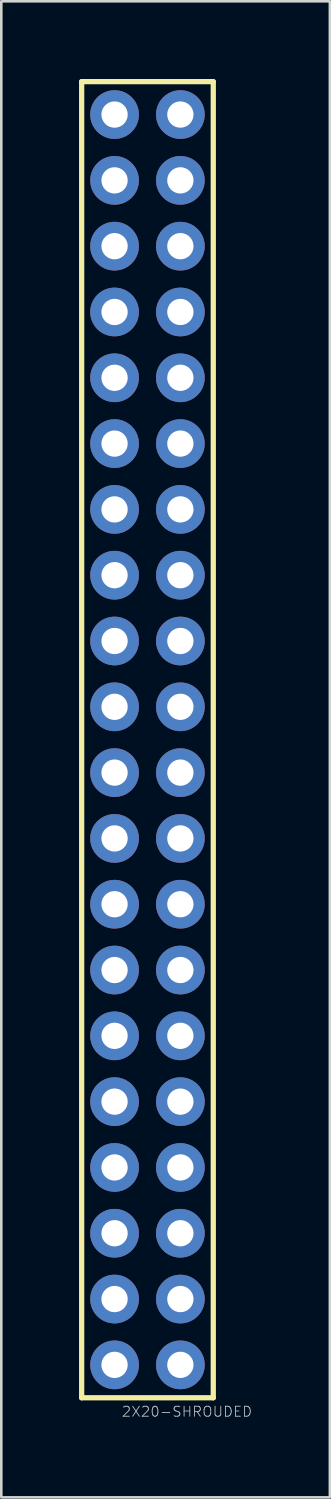
<source format=kicad_pcb>
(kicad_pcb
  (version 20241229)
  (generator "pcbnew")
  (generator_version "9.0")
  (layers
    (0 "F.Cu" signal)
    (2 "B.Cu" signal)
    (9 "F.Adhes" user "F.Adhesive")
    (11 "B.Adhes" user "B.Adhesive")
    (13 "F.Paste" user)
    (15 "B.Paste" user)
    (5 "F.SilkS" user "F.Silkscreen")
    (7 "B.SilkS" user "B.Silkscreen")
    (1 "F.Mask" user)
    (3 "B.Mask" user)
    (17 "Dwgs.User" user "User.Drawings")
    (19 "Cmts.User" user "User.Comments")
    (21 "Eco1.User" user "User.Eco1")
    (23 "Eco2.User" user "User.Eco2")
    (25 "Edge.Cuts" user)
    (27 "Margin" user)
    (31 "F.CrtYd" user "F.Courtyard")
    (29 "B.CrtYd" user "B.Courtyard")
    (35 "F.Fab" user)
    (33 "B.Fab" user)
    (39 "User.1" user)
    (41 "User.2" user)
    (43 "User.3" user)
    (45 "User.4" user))
  (footprint "2X20-SHROUDED"
    (layer "F.Cu")
    (at 2.642 25.502)
    (property "Reference" "2X20-SHROUDED" (at -1.016 26.162 0) (layer "Dwgs.User") (effects (font (size 0.386 0.386) (thickness 0.033)) (justify left bottom)))
    (attr through_hole)
    (fp_line (start -2.54 -25.4) (end -2.54 25.4) (stroke (width 0.203) (type solid)) (layer "F.SilkS"))
    (fp_line (start -2.54 25.4) (end 2.54 25.4) (stroke (width 0.203) (type solid)) (layer "F.SilkS"))
    (fp_line (start 2.54 -25.4) (end -2.54 -25.4) (stroke (width 0.203) (type solid)) (layer "F.SilkS"))
    (fp_line (start 2.54 25.4) (end 2.54 -25.4) (stroke (width 0.203) (type solid)) (layer "F.SilkS"))
    (fp_poly (pts (xy -1.524 -23.876) (xy -1.016 -23.876) (xy -1.016 -24.384) (xy -1.524 -24.384)) (stroke (width 0.1) (type solid)) (fill no) (layer "F.Fab"))
    (fp_poly (pts (xy -1.524 -21.336) (xy -1.016 -21.336) (xy -1.016 -21.844) (xy -1.524 -21.844)) (stroke (width 0.1) (type solid)) (fill no) (layer "F.Fab"))
    (fp_poly (pts (xy -1.524 -18.796) (xy -1.016 -18.796) (xy -1.016 -19.304) (xy -1.524 -19.304)) (stroke (width 0.1) (type solid)) (fill no) (layer "F.Fab"))
    (fp_poly (pts (xy -1.524 -16.256) (xy -1.016 -16.256) (xy -1.016 -16.764) (xy -1.524 -16.764)) (stroke (width 0.1) (type solid)) (fill no) (layer "F.Fab"))
    (fp_poly (pts (xy -1.524 -16.256) (xy -1.016 -16.256) (xy -1.016 -16.764) (xy -1.524 -16.764)) (stroke (width 0.1) (type solid)) (fill no) (layer "F.Fab"))
    (fp_poly (pts (xy -1.524 -13.716) (xy -1.016 -13.716) (xy -1.016 -14.224) (xy -1.524 -14.224)) (stroke (width 0.1) (type solid)) (fill no) (layer "F.Fab"))
    (fp_poly (pts (xy -1.524 -11.176) (xy -1.016 -11.176) (xy -1.016 -11.684) (xy -1.524 -11.684)) (stroke (width 0.1) (type solid)) (fill no) (layer "F.Fab"))
    (fp_poly (pts (xy -1.524 -8.636) (xy -1.016 -8.636) (xy -1.016 -9.144) (xy -1.524 -9.144)) (stroke (width 0.1) (type solid)) (fill no) (layer "F.Fab"))
    (fp_poly (pts (xy -1.524 -6.096) (xy -1.016 -6.096) (xy -1.016 -6.604) (xy -1.524 -6.604)) (stroke (width 0.1) (type solid)) (fill no) (layer "F.Fab"))
    (fp_poly (pts (xy -1.524 -3.556) (xy -1.016 -3.556) (xy -1.016 -4.064) (xy -1.524 -4.064)) (stroke (width 0.1) (type solid)) (fill no) (layer "F.Fab"))
    (fp_poly (pts (xy -1.524 -3.556) (xy -1.016 -3.556) (xy -1.016 -4.064) (xy -1.524 -4.064)) (stroke (width 0.1) (type solid)) (fill no) (layer "F.Fab"))
    (fp_poly (pts (xy -1.524 -1.016) (xy -1.016 -1.016) (xy -1.016 -1.524) (xy -1.524 -1.524)) (stroke (width 0.1) (type solid)) (fill no) (layer "F.Fab"))
    (fp_poly (pts (xy -1.524 1.524) (xy -1.016 1.524) (xy -1.016 1.016) (xy -1.524 1.016)) (stroke (width 0.1) (type solid)) (fill no) (layer "F.Fab"))
    (fp_poly (pts (xy -1.524 4.064) (xy -1.016 4.064) (xy -1.016 3.556) (xy -1.524 3.556)) (stroke (width 0.1) (type solid)) (fill no) (layer "F.Fab"))
    (fp_poly (pts (xy -1.524 4.064) (xy -1.016 4.064) (xy -1.016 3.556) (xy -1.524 3.556)) (stroke (width 0.1) (type solid)) (fill no) (layer "F.Fab"))
    (fp_poly (pts (xy -1.524 6.604) (xy -1.016 6.604) (xy -1.016 6.096) (xy -1.524 6.096)) (stroke (width 0.1) (type solid)) (fill no) (layer "F.Fab"))
    (fp_poly (pts (xy -1.524 9.144) (xy -1.016 9.144) (xy -1.016 8.636) (xy -1.524 8.636)) (stroke (width 0.1) (type solid)) (fill no) (layer "F.Fab"))
    (fp_poly (pts (xy -1.524 11.684) (xy -1.016 11.684) (xy -1.016 11.176) (xy -1.524 11.176)) (stroke (width 0.1) (type solid)) (fill no) (layer "F.Fab"))
    (fp_poly (pts (xy -1.524 14.224) (xy -1.016 14.224) (xy -1.016 13.716) (xy -1.524 13.716)) (stroke (width 0.1) (type solid)) (fill no) (layer "F.Fab"))
    (fp_poly (pts (xy -1.524 16.764) (xy -1.016 16.764) (xy -1.016 16.256) (xy -1.524 16.256)) (stroke (width 0.1) (type solid)) (fill no) (layer "F.Fab"))
    (fp_poly (pts (xy -1.524 19.304) (xy -1.016 19.304) (xy -1.016 18.796) (xy -1.524 18.796)) (stroke (width 0.1) (type solid)) (fill no) (layer "F.Fab"))
    (fp_poly (pts (xy -1.524 21.844) (xy -1.016 21.844) (xy -1.016 21.336) (xy -1.524 21.336)) (stroke (width 0.1) (type solid)) (fill no) (layer "F.Fab"))
    (fp_poly (pts (xy -1.524 24.384) (xy -1.016 24.384) (xy -1.016 23.876) (xy -1.524 23.876)) (stroke (width 0.1) (type solid)) (fill no) (layer "F.Fab"))
    (fp_poly (pts (xy 1.016 -23.876) (xy 1.524 -23.876) (xy 1.524 -24.384) (xy 1.016 -24.384)) (stroke (width 0.1) (type solid)) (fill no) (layer "F.Fab"))
    (fp_poly (pts (xy 1.016 -21.336) (xy 1.524 -21.336) (xy 1.524 -21.844) (xy 1.016 -21.844)) (stroke (width 0.1) (type solid)) (fill no) (layer "F.Fab"))
    (fp_poly (pts (xy 1.016 -18.796) (xy 1.524 -18.796) (xy 1.524 -19.304) (xy 1.016 -19.304)) (stroke (width 0.1) (type solid)) (fill no) (layer "F.Fab"))
    (fp_poly (pts (xy 1.016 -16.256) (xy 1.524 -16.256) (xy 1.524 -16.764) (xy 1.016 -16.764)) (stroke (width 0.1) (type solid)) (fill no) (layer "F.Fab"))
    (fp_poly (pts (xy 1.016 -16.256) (xy 1.524 -16.256) (xy 1.524 -16.764) (xy 1.016 -16.764)) (stroke (width 0.1) (type solid)) (fill no) (layer "F.Fab"))
    (fp_poly (pts (xy 1.016 -13.716) (xy 1.524 -13.716) (xy 1.524 -14.224) (xy 1.016 -14.224)) (stroke (width 0.1) (type solid)) (fill no) (layer "F.Fab"))
    (fp_poly (pts (xy 1.016 -11.176) (xy 1.524 -11.176) (xy 1.524 -11.684) (xy 1.016 -11.684)) (stroke (width 0.1) (type solid)) (fill no) (layer "F.Fab"))
    (fp_poly (pts (xy 1.016 -8.636) (xy 1.524 -8.636) (xy 1.524 -9.144) (xy 1.016 -9.144)) (stroke (width 0.1) (type solid)) (fill no) (layer "F.Fab"))
    (fp_poly (pts (xy 1.016 -6.096) (xy 1.524 -6.096) (xy 1.524 -6.604) (xy 1.016 -6.604)) (stroke (width 0.1) (type solid)) (fill no) (layer "F.Fab"))
    (fp_poly (pts (xy 1.016 -3.556) (xy 1.524 -3.556) (xy 1.524 -4.064) (xy 1.016 -4.064)) (stroke (width 0.1) (type solid)) (fill no) (layer "F.Fab"))
    (fp_poly (pts (xy 1.016 -3.556) (xy 1.524 -3.556) (xy 1.524 -4.064) (xy 1.016 -4.064)) (stroke (width 0.1) (type solid)) (fill no) (layer "F.Fab"))
    (fp_poly (pts (xy 1.016 -1.016) (xy 1.524 -1.016) (xy 1.524 -1.524) (xy 1.016 -1.524)) (stroke (width 0.1) (type solid)) (fill no) (layer "F.Fab"))
    (fp_poly (pts (xy 1.016 1.524) (xy 1.524 1.524) (xy 1.524 1.016) (xy 1.016 1.016)) (stroke (width 0.1) (type solid)) (fill no) (layer "F.Fab"))
    (fp_poly (pts (xy 1.016 4.064) (xy 1.524 4.064) (xy 1.524 3.556) (xy 1.016 3.556)) (stroke (width 0.1) (type solid)) (fill no) (layer "F.Fab"))
    (fp_poly (pts (xy 1.016 4.064) (xy 1.524 4.064) (xy 1.524 3.556) (xy 1.016 3.556)) (stroke (width 0.1) (type solid)) (fill no) (layer "F.Fab"))
    (fp_poly (pts (xy 1.016 6.604) (xy 1.524 6.604) (xy 1.524 6.096) (xy 1.016 6.096)) (stroke (width 0.1) (type solid)) (fill no) (layer "F.Fab"))
    (fp_poly (pts (xy 1.016 9.144) (xy 1.524 9.144) (xy 1.524 8.636) (xy 1.016 8.636)) (stroke (width 0.1) (type solid)) (fill no) (layer "F.Fab"))
    (fp_poly (pts (xy 1.016 11.684) (xy 1.524 11.684) (xy 1.524 11.176) (xy 1.016 11.176)) (stroke (width 0.1) (type solid)) (fill no) (layer "F.Fab"))
    (fp_poly (pts (xy 1.016 14.224) (xy 1.524 14.224) (xy 1.524 13.716) (xy 1.016 13.716)) (stroke (width 0.1) (type solid)) (fill no) (layer "F.Fab"))
    (fp_poly (pts (xy 1.016 16.764) (xy 1.524 16.764) (xy 1.524 16.256) (xy 1.016 16.256)) (stroke (width 0.1) (type solid)) (fill no) (layer "F.Fab"))
    (fp_poly (pts (xy 1.016 19.304) (xy 1.524 19.304) (xy 1.524 18.796) (xy 1.016 18.796)) (stroke (width 0.1) (type solid)) (fill no) (layer "F.Fab"))
    (fp_poly (pts (xy 1.016 21.844) (xy 1.524 21.844) (xy 1.524 21.336) (xy 1.016 21.336)) (stroke (width 0.1) (type solid)) (fill no) (layer "F.Fab"))
    (fp_poly (pts (xy 1.016 24.384) (xy 1.524 24.384) (xy 1.524 23.876) (xy 1.016 23.876)) (stroke (width 0.1) (type solid)) (fill no) (layer "F.Fab"))
    (pad "1" thru_hole circle (at -1.27 -24.13 270) (size 1.88 1.88) (drill 1.016) (layers "*.Cu" "*.Mask"))
    (pad "2" thru_hole circle (at 1.27 -24.13 270) (size 1.88 1.88) (drill 1.016) (layers "*.Cu" "*.Mask"))
    (pad "3" thru_hole circle (at -1.27 -21.59 270) (size 1.88 1.88) (drill 1.016) (layers "*.Cu" "*.Mask"))
    (pad "4" thru_hole circle (at 1.27 -21.59 270) (size 1.88 1.88) (drill 1.016) (layers "*.Cu" "*.Mask"))
    (pad "5" thru_hole circle (at -1.27 -19.05 270) (size 1.88 1.88) (drill 1.016) (layers "*.Cu" "*.Mask"))
    (pad "6" thru_hole circle (at 1.27 -19.05 270) (size 1.88 1.88) (drill 1.016) (layers "*.Cu" "*.Mask"))
    (pad "7" thru_hole circle (at -1.27 -16.51 270) (size 1.88 1.88) (drill 1.016) (layers "*.Cu" "*.Mask"))
    (pad "8" thru_hole circle (at 1.27 -16.51 270) (size 1.88 1.88) (drill 1.016) (layers "*.Cu" "*.Mask"))
    (pad "9" thru_hole circle (at -1.27 -13.97 270) (size 1.88 1.88) (drill 1.016) (layers "*.Cu" "*.Mask"))
    (pad "10" thru_hole circle (at 1.27 -13.97 270) (size 1.88 1.88) (drill 1.016) (layers "*.Cu" "*.Mask"))
    (pad "11" thru_hole circle (at -1.27 -11.43 270) (size 1.88 1.88) (drill 1.016) (layers "*.Cu" "*.Mask"))
    (pad "12" thru_hole circle (at 1.27 -11.43 270) (size 1.88 1.88) (drill 1.016) (layers "*.Cu" "*.Mask"))
    (pad "13" thru_hole circle (at -1.27 -8.89 270) (size 1.88 1.88) (drill 1.016) (layers "*.Cu" "*.Mask"))
    (pad "14" thru_hole circle (at 1.27 -8.89 270) (size 1.88 1.88) (drill 1.016) (layers "*.Cu" "*.Mask"))
    (pad "15" thru_hole circle (at -1.27 -6.35 270) (size 1.88 1.88) (drill 1.016) (layers "*.Cu" "*.Mask"))
    (pad "16" thru_hole circle (at 1.27 -6.35 270) (size 1.88 1.88) (drill 1.016) (layers "*.Cu" "*.Mask"))
    (pad "17" thru_hole circle (at -1.27 -3.81 270) (size 1.88 1.88) (drill 1.016) (layers "*.Cu" "*.Mask"))
    (pad "18" thru_hole circle (at 1.27 -3.81 270) (size 1.88 1.88) (drill 1.016) (layers "*.Cu" "*.Mask"))
    (pad "19" thru_hole circle (at -1.27 -1.27 270) (size 1.88 1.88) (drill 1.016) (layers "*.Cu" "*.Mask"))
    (pad "20" thru_hole circle (at 1.27 -1.27 270) (size 1.88 1.88) (drill 1.016) (layers "*.Cu" "*.Mask"))
    (pad "21" thru_hole circle (at -1.27 1.27 270) (size 1.88 1.88) (drill 1.016) (layers "*.Cu" "*.Mask"))
    (pad "22" thru_hole circle (at 1.27 1.27 270) (size 1.88 1.88) (drill 1.016) (layers "*.Cu" "*.Mask"))
    (pad "23" thru_hole circle (at -1.27 3.81 270) (size 1.88 1.88) (drill 1.016) (layers "*.Cu" "*.Mask"))
    (pad "24" thru_hole circle (at 1.27 3.81 270) (size 1.88 1.88) (drill 1.016) (layers "*.Cu" "*.Mask"))
    (pad "25" thru_hole circle (at -1.27 6.35 270) (size 1.88 1.88) (drill 1.016) (layers "*.Cu" "*.Mask"))
    (pad "26" thru_hole circle (at 1.27 6.35 270) (size 1.88 1.88) (drill 1.016) (layers "*.Cu" "*.Mask"))
    (pad "27" thru_hole circle (at -1.27 8.89 270) (size 1.88 1.88) (drill 1.016) (layers "*.Cu" "*.Mask"))
    (pad "28" thru_hole circle (at 1.27 8.89 270) (size 1.88 1.88) (drill 1.016) (layers "*.Cu" "*.Mask"))
    (pad "29" thru_hole circle (at -1.27 11.43 270) (size 1.88 1.88) (drill 1.016) (layers "*.Cu" "*.Mask"))
    (pad "30" thru_hole circle (at 1.27 11.43 270) (size 1.88 1.88) (drill 1.016) (layers "*.Cu" "*.Mask"))
    (pad "31" thru_hole circle (at -1.27 13.97 270) (size 1.88 1.88) (drill 1.016) (layers "*.Cu" "*.Mask"))
    (pad "32" thru_hole circle (at 1.27 13.97 270) (size 1.88 1.88) (drill 1.016) (layers "*.Cu" "*.Mask"))
    (pad "33" thru_hole circle (at -1.27 16.51 270) (size 1.88 1.88) (drill 1.016) (layers "*.Cu" "*.Mask"))
    (pad "34" thru_hole circle (at 1.27 16.51 270) (size 1.88 1.88) (drill 1.016) (layers "*.Cu" "*.Mask"))
    (pad "35" thru_hole circle (at -1.27 19.05 270) (size 1.88 1.88) (drill 1.016) (layers "*.Cu" "*.Mask"))
    (pad "36" thru_hole circle (at 1.27 19.05 270) (size 1.88 1.88) (drill 1.016) (layers "*.Cu" "*.Mask"))
    (pad "37" thru_hole circle (at -1.27 21.59 270) (size 1.88 1.88) (drill 1.016) (layers "*.Cu" "*.Mask"))
    (pad "38" thru_hole circle (at 1.27 21.59 270) (size 1.88 1.88) (drill 1.016) (layers "*.Cu" "*.Mask"))
    (pad "39" thru_hole circle (at -1.27 24.13 270) (size 1.88 1.88) (drill 1.016) (layers "*.Cu" "*.Mask"))
    (pad "40" thru_hole circle (at 1.27 24.13 270) (size 1.88 1.88) (drill 1.016) (layers "*.Cu" "*.Mask")))
  (gr_rect
    (start -3 -3)
    (end 9.683 54.746)
    (stroke (width 0.1) (type default))
    (fill no)
    (layer "Edge.Cuts")))
</source>
